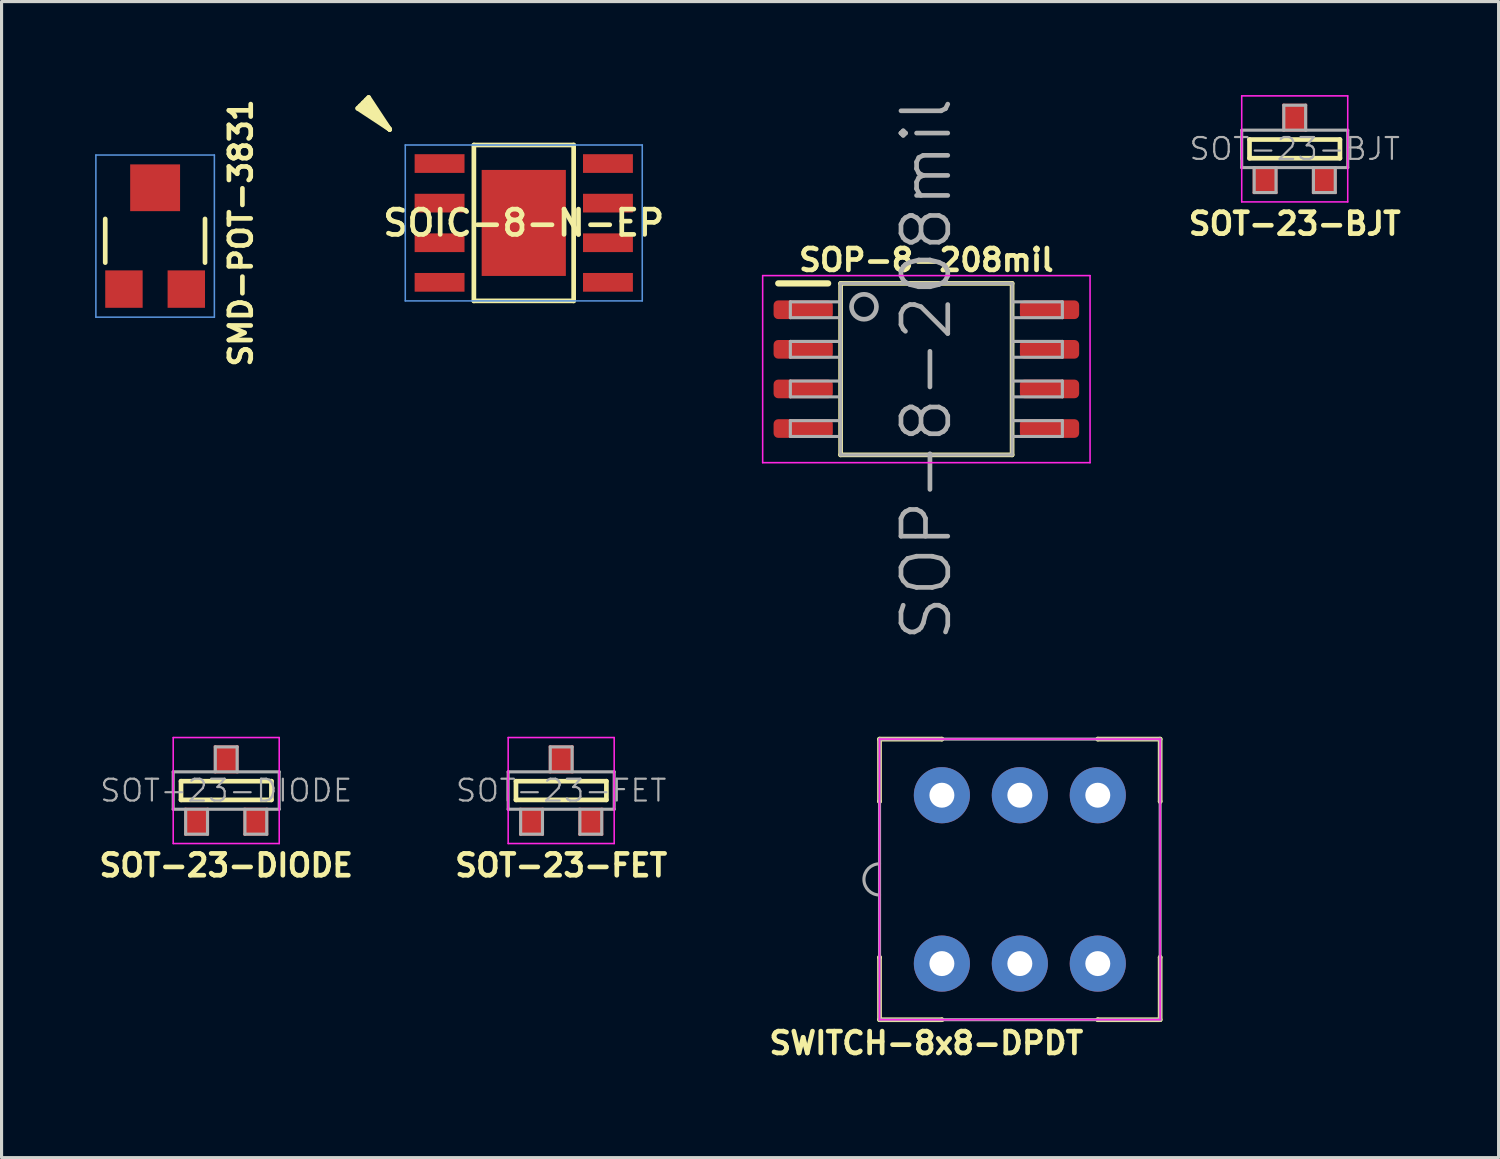
<source format=kicad_pcb>
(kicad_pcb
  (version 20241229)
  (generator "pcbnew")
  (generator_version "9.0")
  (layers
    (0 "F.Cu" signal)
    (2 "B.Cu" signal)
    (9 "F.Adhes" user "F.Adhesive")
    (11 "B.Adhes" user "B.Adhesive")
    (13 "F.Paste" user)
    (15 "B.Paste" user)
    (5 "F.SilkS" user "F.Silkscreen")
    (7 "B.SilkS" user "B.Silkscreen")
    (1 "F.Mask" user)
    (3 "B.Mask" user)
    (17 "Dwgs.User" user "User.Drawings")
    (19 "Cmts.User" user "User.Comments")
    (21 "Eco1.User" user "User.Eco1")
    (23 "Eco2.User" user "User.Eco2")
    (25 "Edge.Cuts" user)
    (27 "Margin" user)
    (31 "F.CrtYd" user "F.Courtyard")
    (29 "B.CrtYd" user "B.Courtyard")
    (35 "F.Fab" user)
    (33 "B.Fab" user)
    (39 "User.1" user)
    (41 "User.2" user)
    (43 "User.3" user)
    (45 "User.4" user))
  (footprint "SOP-8-208mil"
    (layer "F.Cu")
    (at 26.66 8.789)
    (property "Reference" "SOP-8-208mil" (at 0 -3.5 0) (layer "F.SilkS") (effects (font (size 0.7 0.7) (thickness 0.15))))
    (attr smd)
    (fp_line (start -3.15 -2.75) (end -4.75 -2.75) (stroke (width 0.2) (type solid)) (layer "F.SilkS"))
    (fp_line (start -2.75 -2.75) (end 2.75 -2.75) (stroke (width 0.15) (type solid)) (layer "F.SilkS"))
    (fp_line (start -2.75 2.75) (end -2.75 -2.75) (stroke (width 0.15) (type solid)) (layer "F.SilkS"))
    (fp_line (start 2.75 -2.75) (end 2.75 2.75) (stroke (width 0.15) (type solid)) (layer "F.SilkS"))
    (fp_line (start 2.75 2.75) (end -2.75 2.75) (stroke (width 0.15) (type solid)) (layer "F.SilkS"))
    (fp_line (start -5.25 -3) (end 5.25 -3) (stroke (width 0.05) (type solid)) (layer "F.CrtYd"))
    (fp_line (start -5.25 3) (end -5.25 -3) (stroke (width 0.05) (type solid)) (layer "F.CrtYd"))
    (fp_line (start 5.25 -3) (end 5.25 3) (stroke (width 0.05) (type solid)) (layer "F.CrtYd"))
    (fp_line (start 5.25 3) (end -5.25 3) (stroke (width 0.05) (type solid)) (layer "F.CrtYd"))
    (fp_line (start -4.362 -2.159) (end -4.362 -1.651) (stroke (width 0.1) (type solid)) (layer "F.Fab"))
    (fp_line (start -4.362 -1.651) (end -2.794 -1.651) (stroke (width 0.1) (type solid)) (layer "F.Fab"))
    (fp_line (start -4.362 -0.889) (end -4.362 -0.381) (stroke (width 0.1) (type solid)) (layer "F.Fab"))
    (fp_line (start -4.362 -0.381) (end -2.794 -0.381) (stroke (width 0.1) (type solid)) (layer "F.Fab"))
    (fp_line (start -4.362 0.381) (end -4.362 0.889) (stroke (width 0.1) (type solid)) (layer "F.Fab"))
    (fp_line (start -4.362 0.889) (end -2.794 0.889) (stroke (width 0.1) (type solid)) (layer "F.Fab"))
    (fp_line (start -4.362 1.651) (end -4.362 2.159) (stroke (width 0.1) (type solid)) (layer "F.Fab"))
    (fp_line (start -4.362 2.159) (end -2.794 2.159) (stroke (width 0.1) (type solid)) (layer "F.Fab"))
    (fp_line (start -2.794 -2.159) (end -4.362 -2.159) (stroke (width 0.1) (type solid)) (layer "F.Fab"))
    (fp_line (start -2.794 -0.889) (end -4.362 -0.889) (stroke (width 0.1) (type solid)) (layer "F.Fab"))
    (fp_line (start -2.794 0.381) (end -4.362 0.381) (stroke (width 0.1) (type solid)) (layer "F.Fab"))
    (fp_line (start -2.794 1.651) (end -4.362 1.651) (stroke (width 0.1) (type solid)) (layer "F.Fab"))
    (fp_line (start -2.75 -2.75) (end -2.75 2.75) (stroke (width 0.1) (type solid)) (layer "F.Fab"))
    (fp_line (start -2.75 -2.75) (end 2.75 -2.75) (stroke (width 0.1) (type solid)) (layer "F.Fab"))
    (fp_line (start 2.75 -2.75) (end 2.75 2.75) (stroke (width 0.1) (type solid)) (layer "F.Fab"))
    (fp_line (start 2.75 2.75) (end -2.75 2.75) (stroke (width 0.1) (type solid)) (layer "F.Fab"))
    (fp_line (start 2.794 -1.651) (end 4.362 -1.651) (stroke (width 0.1) (type solid)) (layer "F.Fab"))
    (fp_line (start 2.794 -0.381) (end 4.362 -0.381) (stroke (width 0.1) (type solid)) (layer "F.Fab"))
    (fp_line (start 2.794 0.889) (end 4.362 0.889) (stroke (width 0.1) (type solid)) (layer "F.Fab"))
    (fp_line (start 2.794 2.159) (end 4.362 2.159) (stroke (width 0.1) (type solid)) (layer "F.Fab"))
    (fp_line (start 4.362 -2.159) (end 2.794 -2.159) (stroke (width 0.1) (type solid)) (layer "F.Fab"))
    (fp_line (start 4.362 -1.651) (end 4.362 -2.159) (stroke (width 0.1) (type solid)) (layer "F.Fab"))
    (fp_line (start 4.362 -0.889) (end 2.794 -0.889) (stroke (width 0.1) (type solid)) (layer "F.Fab"))
    (fp_line (start 4.362 -0.381) (end 4.362 -0.889) (stroke (width 0.1) (type solid)) (layer "F.Fab"))
    (fp_line (start 4.362 0.381) (end 2.794 0.381) (stroke (width 0.1) (type solid)) (layer "F.Fab"))
    (fp_line (start 4.362 0.889) (end 4.362 0.381) (stroke (width 0.1) (type solid)) (layer "F.Fab"))
    (fp_line (start 4.362 1.651) (end 2.794 1.651) (stroke (width 0.1) (type solid)) (layer "F.Fab"))
    (fp_line (start 4.362 2.159) (end 4.362 1.651) (stroke (width 0.1) (type solid)) (layer "F.Fab"))
    (fp_circle (center -2 -2) (end -1.6 -2) (stroke (width 0.15) (type solid)) (fill no) (layer "F.Fab"))
    (fp_text user "${REFERENCE}" (at 0 0 270) (layer "F.Fab") (effects (font (size 1.5 1.5) (thickness 0.15))))
    (pad "1" smd roundrect (at -3.95 -1.905) (size 1.9 0.6) (layers "F.Cu" "F.Mask" "F.Paste") (roundrect_rratio 0.25))
    (pad "2" smd roundrect (at -3.95 -0.635) (size 1.9 0.6) (layers "F.Cu" "F.Mask" "F.Paste") (roundrect_rratio 0.25))
    (pad "3" smd roundrect (at -3.95 0.635) (size 1.9 0.6) (layers "F.Cu" "F.Mask" "F.Paste") (roundrect_rratio 0.25))
    (pad "4" smd roundrect (at -3.95 1.905) (size 1.9 0.6) (layers "F.Cu" "F.Mask" "F.Paste") (roundrect_rratio 0.25))
    (pad "5" smd roundrect (at 3.95 1.905) (size 1.9 0.6) (layers "F.Cu" "F.Mask" "F.Paste") (roundrect_rratio 0.25))
    (pad "6" smd roundrect (at 3.95 0.635) (size 1.9 0.6) (layers "F.Cu" "F.Mask" "F.Paste") (roundrect_rratio 0.25))
    (pad "7" smd roundrect (at 3.95 -0.635) (size 1.9 0.6) (layers "F.Cu" "F.Mask" "F.Paste") (roundrect_rratio 0.25))
    (pad "8" smd roundrect (at 3.95 -1.905) (size 1.9 0.6) (layers "F.Cu" "F.Mask" "F.Paste") (roundrect_rratio 0.25)))
  (footprint "SOT-23-BJT"
    (layer "F.Cu")
    (at 38.474 1.725)
    (property "Reference" "SOT-23-BJT" (at 0 2.4 0) (layer "F.SilkS") (effects (font (size 0.7 0.7) (thickness 0.15))))
    (attr smd)
    (fp_line (start -1.45 -0.3) (end 1.45 -0.3) (stroke (width 0.15) (type solid)) (layer "F.SilkS"))
    (fp_line (start -1.45 0.3) (end -1.45 -0.3) (stroke (width 0.15) (type solid)) (layer "F.SilkS"))
    (fp_line (start 1.45 -0.3) (end 1.45 0.3) (stroke (width 0.15) (type solid)) (layer "F.SilkS"))
    (fp_line (start 1.45 0.3) (end -1.45 0.3) (stroke (width 0.15) (type solid)) (layer "F.SilkS"))
    (fp_line (start -1.7 -1.7) (end 1.7 -1.7) (stroke (width 0.05) (type solid)) (layer "F.CrtYd"))
    (fp_line (start -1.7 1.7) (end -1.7 -1.7) (stroke (width 0.05) (type solid)) (layer "F.CrtYd"))
    (fp_line (start 1.7 -1.7) (end 1.7 1.7) (stroke (width 0.05) (type solid)) (layer "F.CrtYd"))
    (fp_line (start 1.7 1.7) (end -1.7 1.7) (stroke (width 0.05) (type solid)) (layer "F.CrtYd"))
    (fp_line (start -1.7 -0.6) (end -1.7 0.6) (stroke (width 0.1) (type solid)) (layer "F.Fab"))
    (fp_line (start -1.7 0.6) (end 1.7 0.6) (stroke (width 0.1) (type solid)) (layer "F.Fab"))
    (fp_line (start -1.3 0.6) (end -1.3 1.4) (stroke (width 0.1) (type solid)) (layer "F.Fab"))
    (fp_line (start -1.3 1.4) (end -0.6 1.4) (stroke (width 0.1) (type solid)) (layer "F.Fab"))
    (fp_line (start -0.6 1.4) (end -0.6 0.6) (stroke (width 0.1) (type solid)) (layer "F.Fab"))
    (fp_line (start -0.35 -1.4) (end 0.35 -1.4) (stroke (width 0.1) (type solid)) (layer "F.Fab"))
    (fp_line (start -0.35 -0.6) (end -0.35 -1.4) (stroke (width 0.1) (type solid)) (layer "F.Fab"))
    (fp_line (start 0.35 -1.4) (end 0.35 -0.6) (stroke (width 0.1) (type solid)) (layer "F.Fab"))
    (fp_line (start 0.6 0.6) (end 0.6 1.4) (stroke (width 0.1) (type solid)) (layer "F.Fab"))
    (fp_line (start 0.6 1.4) (end 1.3 1.4) (stroke (width 0.1) (type solid)) (layer "F.Fab"))
    (fp_line (start 1.3 1.4) (end 1.3 0.6) (stroke (width 0.1) (type solid)) (layer "F.Fab"))
    (fp_line (start 1.7 -0.6) (end -1.7 -0.6) (stroke (width 0.1) (type solid)) (layer "F.Fab"))
    (fp_line (start 1.7 0.6) (end 1.7 -0.6) (stroke (width 0.1) (type solid)) (layer "F.Fab"))
    (fp_text user "${REFERENCE}" (at 0 0 0) (layer "F.Fab") (effects (font (size 0.7 0.7) (thickness 0.07))))
    (pad "B" smd rect (at -0.95 1) (size 0.8 0.9) (layers "F.Cu" "F.Mask" "F.Paste"))
    (pad "C" smd rect (at 0 -1) (size 0.8 0.9) (layers "F.Cu" "F.Mask" "F.Paste"))
    (pad "E" smd rect (at 0.95 1) (size 0.8 0.9) (layers "F.Cu" "F.Mask" "F.Paste")))
  (footprint "SOIC-8-N-EP"
    (layer "F.Cu")
    (at 13.748 4.1)
    (property "Reference" "SOIC-8-N-EP" (at 0 0 0) (layer "F.SilkS") (effects (font (size 0.81 0.81) (thickness 0.15))))
    (attr through_hole)
    (fp_line (start -5.325 -3.675) (end -4.3 -3) (stroke (width 0.15) (type solid)) (layer "F.SilkS"))
    (fp_line (start -4.975 -4.025) (end -5.325 -3.675) (stroke (width 0.15) (type solid)) (layer "F.SilkS"))
    (fp_line (start -4.3 -3) (end -5.25 -3.75) (stroke (width 0.15) (type solid)) (layer "F.SilkS"))
    (fp_line (start -4.3 -3) (end -5.15 -3.85) (stroke (width 0.15) (type solid)) (layer "F.SilkS"))
    (fp_line (start -4.3 -3) (end -5.05 -3.95) (stroke (width 0.15) (type solid)) (layer "F.SilkS"))
    (fp_line (start -4.3 -3) (end -4.975 -4.025) (stroke (width 0.15) (type solid)) (layer "F.SilkS"))
    (fp_line (start -1.6 -2.5) (end 1.6 -2.5) (stroke (width 0.15) (type solid)) (layer "F.SilkS"))
    (fp_line (start -1.6 2.5) (end -1.6 -2.5) (stroke (width 0.15) (type solid)) (layer "F.SilkS"))
    (fp_line (start 1.6 -2.5) (end 1.6 2.5) (stroke (width 0.15) (type solid)) (layer "F.SilkS"))
    (fp_line (start 1.6 2.5) (end -1.6 2.5) (stroke (width 0.15) (type solid)) (layer "F.SilkS"))
    (fp_line (start -3.8 -2.5) (end 3.8 -2.5) (stroke (width 0.05) (type solid)) (layer "Cmts.User"))
    (fp_line (start -3.8 2.5) (end -3.8 -2.5) (stroke (width 0.05) (type solid)) (layer "Cmts.User"))
    (fp_line (start 3.8 -2.5) (end 3.8 2.5) (stroke (width 0.05) (type solid)) (layer "Cmts.User"))
    (fp_line (start 3.8 2.5) (end -3.8 2.5) (stroke (width 0.05) (type solid)) (layer "Cmts.User"))
    (pad "1" smd rect (at -2.7 -1.905) (size 1.6 0.6) (layers "F.Cu" "F.Mask" "B.Paste"))
    (pad "2" smd rect (at -2.7 -0.635) (size 1.6 0.6) (layers "F.Cu" "F.Mask" "B.Paste"))
    (pad "3" smd rect (at -2.7 0.635) (size 1.6 0.6) (layers "F.Cu" "F.Mask" "B.Paste"))
    (pad "4" smd rect (at -2.7 1.905) (size 1.6 0.6) (layers "F.Cu" "F.Mask" "B.Paste"))
    (pad "5" smd rect (at 2.7 1.905) (size 1.6 0.6) (layers "F.Cu" "F.Mask" "B.Paste"))
    (pad "6" smd rect (at 2.7 0.635) (size 1.6 0.6) (layers "F.Cu" "F.Mask" "B.Paste"))
    (pad "7" smd rect (at 2.7 -0.635) (size 1.6 0.6) (layers "F.Cu" "F.Mask" "B.Paste"))
    (pad "8" smd rect (at 2.7 -1.905) (size 1.6 0.6) (layers "F.Cu" "F.Mask" "B.Paste"))
    (pad "PAD" smd rect (at 0 0) (size 2.7 3.4) (layers "F.Cu" "F.Mask" "F.Paste")))
  (footprint "SOT-23-DIODE"
    (layer "F.Cu")
    (at 4.205 22.304)
    (property "Reference" "SOT-23-DIODE" (at 0 2.4 0) (layer "F.SilkS") (effects (font (size 0.7 0.7) (thickness 0.15))))
    (attr smd)
    (fp_line (start -1.45 -0.3) (end 1.45 -0.3) (stroke (width 0.15) (type solid)) (layer "F.SilkS"))
    (fp_line (start -1.45 0.3) (end -1.45 -0.3) (stroke (width 0.15) (type solid)) (layer "F.SilkS"))
    (fp_line (start 1.45 -0.3) (end 1.45 0.3) (stroke (width 0.15) (type solid)) (layer "F.SilkS"))
    (fp_line (start 1.45 0.3) (end -1.45 0.3) (stroke (width 0.15) (type solid)) (layer "F.SilkS"))
    (fp_line (start -1.7 -1.7) (end 1.7 -1.7) (stroke (width 0.05) (type solid)) (layer "F.CrtYd"))
    (fp_line (start -1.7 1.7) (end -1.7 -1.7) (stroke (width 0.05) (type solid)) (layer "F.CrtYd"))
    (fp_line (start 1.7 -1.7) (end 1.7 1.7) (stroke (width 0.05) (type solid)) (layer "F.CrtYd"))
    (fp_line (start 1.7 1.7) (end -1.7 1.7) (stroke (width 0.05) (type solid)) (layer "F.CrtYd"))
    (fp_line (start -1.7 -0.6) (end -1.7 0.6) (stroke (width 0.1) (type solid)) (layer "F.Fab"))
    (fp_line (start -1.7 0.6) (end 1.7 0.6) (stroke (width 0.1) (type solid)) (layer "F.Fab"))
    (fp_line (start -1.3 0.6) (end -1.3 1.4) (stroke (width 0.1) (type solid)) (layer "F.Fab"))
    (fp_line (start -1.3 1.4) (end -0.6 1.4) (stroke (width 0.1) (type solid)) (layer "F.Fab"))
    (fp_line (start -0.6 1.4) (end -0.6 0.6) (stroke (width 0.1) (type solid)) (layer "F.Fab"))
    (fp_line (start -0.35 -1.4) (end 0.35 -1.4) (stroke (width 0.1) (type solid)) (layer "F.Fab"))
    (fp_line (start -0.35 -0.6) (end -0.35 -1.4) (stroke (width 0.1) (type solid)) (layer "F.Fab"))
    (fp_line (start 0.35 -1.4) (end 0.35 -0.6) (stroke (width 0.1) (type solid)) (layer "F.Fab"))
    (fp_line (start 0.6 0.6) (end 0.6 1.4) (stroke (width 0.1) (type solid)) (layer "F.Fab"))
    (fp_line (start 0.6 1.4) (end 1.3 1.4) (stroke (width 0.1) (type solid)) (layer "F.Fab"))
    (fp_line (start 1.3 1.4) (end 1.3 0.6) (stroke (width 0.1) (type solid)) (layer "F.Fab"))
    (fp_line (start 1.7 -0.6) (end -1.7 -0.6) (stroke (width 0.1) (type solid)) (layer "F.Fab"))
    (fp_line (start 1.7 0.6) (end 1.7 -0.6) (stroke (width 0.1) (type solid)) (layer "F.Fab"))
    (fp_text user "${REFERENCE}" (at 0 0 0) (layer "F.Fab") (effects (font (size 0.7 0.7) (thickness 0.07))))
    (pad "" smd rect (at 0.95 1) (size 0.8 0.9) (layers "F.Cu" "F.Mask" "F.Paste"))
    (pad "A" smd rect (at -0.95 1) (size 0.8 0.9) (layers "F.Cu" "F.Mask" "F.Paste"))
    (pad "C" smd rect (at 0 -1) (size 0.8 0.9) (layers "F.Cu" "F.Mask" "F.Paste")))
  (footprint "SWITCH-8x8-DPDT"
    (layer "F.Cu")
    (at 29.658 25.154)
    (property "Reference" "SWITCH-8x8-DPDT" (at -3 5.25 0) (layer "F.SilkS") (effects (font (size 0.7 0.7) (thickness 0.15))))
    (attr through_hole)
    (fp_line (start -4.5 -4.5) (end -4.5 -2.5) (stroke (width 0.15) (type solid)) (layer "F.SilkS"))
    (fp_line (start -4.5 -4.5) (end -2.5 -4.5) (stroke (width 0.15) (type solid)) (layer "F.SilkS"))
    (fp_line (start -4.5 -2.5) (end -4.5 -2.5) (stroke (width 0.15) (type solid)) (layer "F.SilkS"))
    (fp_line (start -4.5 2.5) (end -4.5 2.5) (stroke (width 0.15) (type solid)) (layer "F.SilkS"))
    (fp_line (start -4.5 4.5) (end -4.5 2.5) (stroke (width 0.15) (type solid)) (layer "F.SilkS"))
    (fp_line (start -4.5 4.5) (end -2.5 4.5) (stroke (width 0.15) (type solid)) (layer "F.SilkS"))
    (fp_line (start -2.5 -4.5) (end -2.5 -4.5) (stroke (width 0.15) (type solid)) (layer "F.SilkS"))
    (fp_line (start -2.5 4.5) (end -2.5 4.5) (stroke (width 0.15) (type solid)) (layer "F.SilkS"))
    (fp_line (start 2.5 -4.5) (end 2.5 -4.5) (stroke (width 0.15) (type solid)) (layer "F.SilkS"))
    (fp_line (start 2.5 4.5) (end 2.5 4.5) (stroke (width 0.15) (type solid)) (layer "F.SilkS"))
    (fp_line (start 4.5 -4.5) (end 2.5 -4.5) (stroke (width 0.15) (type solid)) (layer "F.SilkS"))
    (fp_line (start 4.5 -4.5) (end 4.5 -2.5) (stroke (width 0.15) (type solid)) (layer "F.SilkS"))
    (fp_line (start 4.5 -2.5) (end 4.5 -2.5) (stroke (width 0.15) (type solid)) (layer "F.SilkS"))
    (fp_line (start 4.5 2.5) (end 4.5 2.5) (stroke (width 0.15) (type solid)) (layer "F.SilkS"))
    (fp_line (start 4.5 4.5) (end 2.5 4.5) (stroke (width 0.15) (type solid)) (layer "F.SilkS"))
    (fp_line (start 4.5 4.5) (end 4.5 2.5) (stroke (width 0.15) (type solid)) (layer "F.SilkS"))
    (fp_line (start -4.5 -4.5) (end -4.5 -4.5) (stroke (width 0.05) (type solid)) (layer "F.CrtYd"))
    (fp_line (start -4.5 -4.5) (end 4.5 -4.5) (stroke (width 0.05) (type solid)) (layer "F.CrtYd"))
    (fp_line (start -4.5 4.5) (end -4.5 -4.5) (stroke (width 0.05) (type solid)) (layer "F.CrtYd"))
    (fp_line (start 4.5 -4.5) (end 4.5 4.5) (stroke (width 0.05) (type solid)) (layer "F.CrtYd"))
    (fp_line (start 4.5 4.5) (end -4.5 4.5) (stroke (width 0.05) (type solid)) (layer "F.CrtYd"))
    (fp_line (start -4.5 -4.5) (end 4.5 -4.5) (stroke (width 0.1) (type solid)) (layer "F.Fab"))
    (fp_line (start -4.5 4.5) (end -4.5 -4.5) (stroke (width 0.1) (type solid)) (layer "F.Fab"))
    (fp_line (start 4.5 -4.5) (end 4.5 4.5) (stroke (width 0.1) (type solid)) (layer "F.Fab"))
    (fp_line (start 4.5 4.5) (end -4.5 4.5) (stroke (width 0.1) (type solid)) (layer "F.Fab"))
    (fp_arc (start -4.5 0.5) (mid -5 0) (end -4.5 -0.5) (stroke (width 0.1) (type solid)) (layer "F.Fab"))
    (pad "1A" thru_hole circle (at -2.5 2.7) (size 1.8 1.8) (drill 0.8) (layers "*.Cu" "*.Mask"))
    (pad "1B" thru_hole circle (at 2.5 2.7) (size 1.8 1.8) (drill 0.8) (layers "*.Cu" "*.Mask"))
    (pad "1COM" thru_hole circle (at 0 2.7) (size 1.8 1.8) (drill 0.8) (layers "*.Cu" "*.Mask"))
    (pad "2A" thru_hole circle (at -2.5 -2.7) (size 1.8 1.8) (drill 0.8) (layers "*.Cu" "*.Mask"))
    (pad "2B" thru_hole circle (at 2.5 -2.7) (size 1.8 1.8) (drill 0.8) (layers "*.Cu" "*.Mask"))
    (pad "2COM" thru_hole circle (at 0 -2.7) (size 1.8 1.8) (drill 0.8) (layers "*.Cu" "*.Mask")))
  (footprint "SOT-23-FET"
    (layer "F.Cu")
    (at 14.948 22.304)
    (property "Reference" "SOT-23-FET" (at 0 2.4 0) (layer "F.SilkS") (effects (font (size 0.7 0.7) (thickness 0.15))))
    (attr smd)
    (fp_line (start -1.45 -0.3) (end 1.45 -0.3) (stroke (width 0.15) (type solid)) (layer "F.SilkS"))
    (fp_line (start -1.45 0.3) (end -1.45 -0.3) (stroke (width 0.15) (type solid)) (layer "F.SilkS"))
    (fp_line (start 1.45 -0.3) (end 1.45 0.3) (stroke (width 0.15) (type solid)) (layer "F.SilkS"))
    (fp_line (start 1.45 0.3) (end -1.45 0.3) (stroke (width 0.15) (type solid)) (layer "F.SilkS"))
    (fp_line (start -1.7 -1.7) (end 1.7 -1.7) (stroke (width 0.05) (type solid)) (layer "F.CrtYd"))
    (fp_line (start -1.7 1.7) (end -1.7 -1.7) (stroke (width 0.05) (type solid)) (layer "F.CrtYd"))
    (fp_line (start 1.7 -1.7) (end 1.7 1.7) (stroke (width 0.05) (type solid)) (layer "F.CrtYd"))
    (fp_line (start 1.7 1.7) (end -1.7 1.7) (stroke (width 0.05) (type solid)) (layer "F.CrtYd"))
    (fp_line (start -1.7 -0.6) (end -1.7 0.6) (stroke (width 0.1) (type solid)) (layer "F.Fab"))
    (fp_line (start -1.7 0.6) (end 1.7 0.6) (stroke (width 0.1) (type solid)) (layer "F.Fab"))
    (fp_line (start -1.3 0.6) (end -1.3 1.4) (stroke (width 0.1) (type solid)) (layer "F.Fab"))
    (fp_line (start -1.3 1.4) (end -0.6 1.4) (stroke (width 0.1) (type solid)) (layer "F.Fab"))
    (fp_line (start -0.6 1.4) (end -0.6 0.6) (stroke (width 0.1) (type solid)) (layer "F.Fab"))
    (fp_line (start -0.35 -1.4) (end 0.35 -1.4) (stroke (width 0.1) (type solid)) (layer "F.Fab"))
    (fp_line (start -0.35 -0.6) (end -0.35 -1.4) (stroke (width 0.1) (type solid)) (layer "F.Fab"))
    (fp_line (start 0.35 -1.4) (end 0.35 -0.6) (stroke (width 0.1) (type solid)) (layer "F.Fab"))
    (fp_line (start 0.6 0.6) (end 0.6 1.4) (stroke (width 0.1) (type solid)) (layer "F.Fab"))
    (fp_line (start 0.6 1.4) (end 1.3 1.4) (stroke (width 0.1) (type solid)) (layer "F.Fab"))
    (fp_line (start 1.3 1.4) (end 1.3 0.6) (stroke (width 0.1) (type solid)) (layer "F.Fab"))
    (fp_line (start 1.7 -0.6) (end -1.7 -0.6) (stroke (width 0.1) (type solid)) (layer "F.Fab"))
    (fp_line (start 1.7 0.6) (end 1.7 -0.6) (stroke (width 0.1) (type solid)) (layer "F.Fab"))
    (fp_text user "${REFERENCE}" (at 0 0 0) (layer "F.Fab") (effects (font (size 0.7 0.7) (thickness 0.07))))
    (pad "D" smd rect (at 0 -1) (size 0.8 0.9) (layers "F.Cu" "F.Mask" "F.Paste"))
    (pad "G" smd rect (at -0.95 1) (size 0.8 0.9) (layers "F.Cu" "F.Mask" "F.Paste"))
    (pad "S" smd rect (at 0.95 1) (size 0.8 0.9) (layers "F.Cu" "F.Mask" "F.Paste")))
  (footprint "SMD-POT-3831"
    (layer "F.Cu")
    (at 1.925 4.422)
    (property "Reference" "SMD-POT-3831" (at 2.75 0 90) (layer "F.SilkS") (effects (font (size 0.7 0.7) (thickness 0.15))))
    (attr through_hole)
    (fp_line (start -1.6 0.95) (end -1.6 -0.45) (stroke (width 0.15) (type solid)) (layer "F.SilkS"))
    (fp_line (start 1.6 0.95) (end 1.6 -0.45) (stroke (width 0.15) (type solid)) (layer "F.SilkS"))
    (fp_line (start -1.9 -2.5) (end -1.9 2.7) (stroke (width 0.05) (type solid)) (layer "Cmts.User"))
    (fp_line (start -1.9 2.7) (end 1.9 2.7) (stroke (width 0.05) (type solid)) (layer "Cmts.User"))
    (fp_line (start 1.9 -2.5) (end -1.9 -2.5) (stroke (width 0.05) (type solid)) (layer "Cmts.User"))
    (fp_line (start 1.9 2.7) (end 1.9 -2.5) (stroke (width 0.05) (type solid)) (layer "Cmts.User"))
    (pad "1" smd rect (at -1 1.8) (size 1.2 1.2) (layers "F.Cu" "F.Mask" "F.Paste"))
    (pad "3" smd rect (at 1 1.8) (size 1.2 1.2) (layers "F.Cu" "F.Mask" "F.Paste"))
    (pad "WIPE" smd rect (at 0 -1.45) (size 1.6 1.5) (layers "F.Cu" "F.Mask" "F.Paste")))
  (gr_rect
    (start -3 -3)
    (end 45.012 34.076)
    (stroke (width 0.1) (type default))
    (fill no)
    (layer "Edge.Cuts")))
</source>
